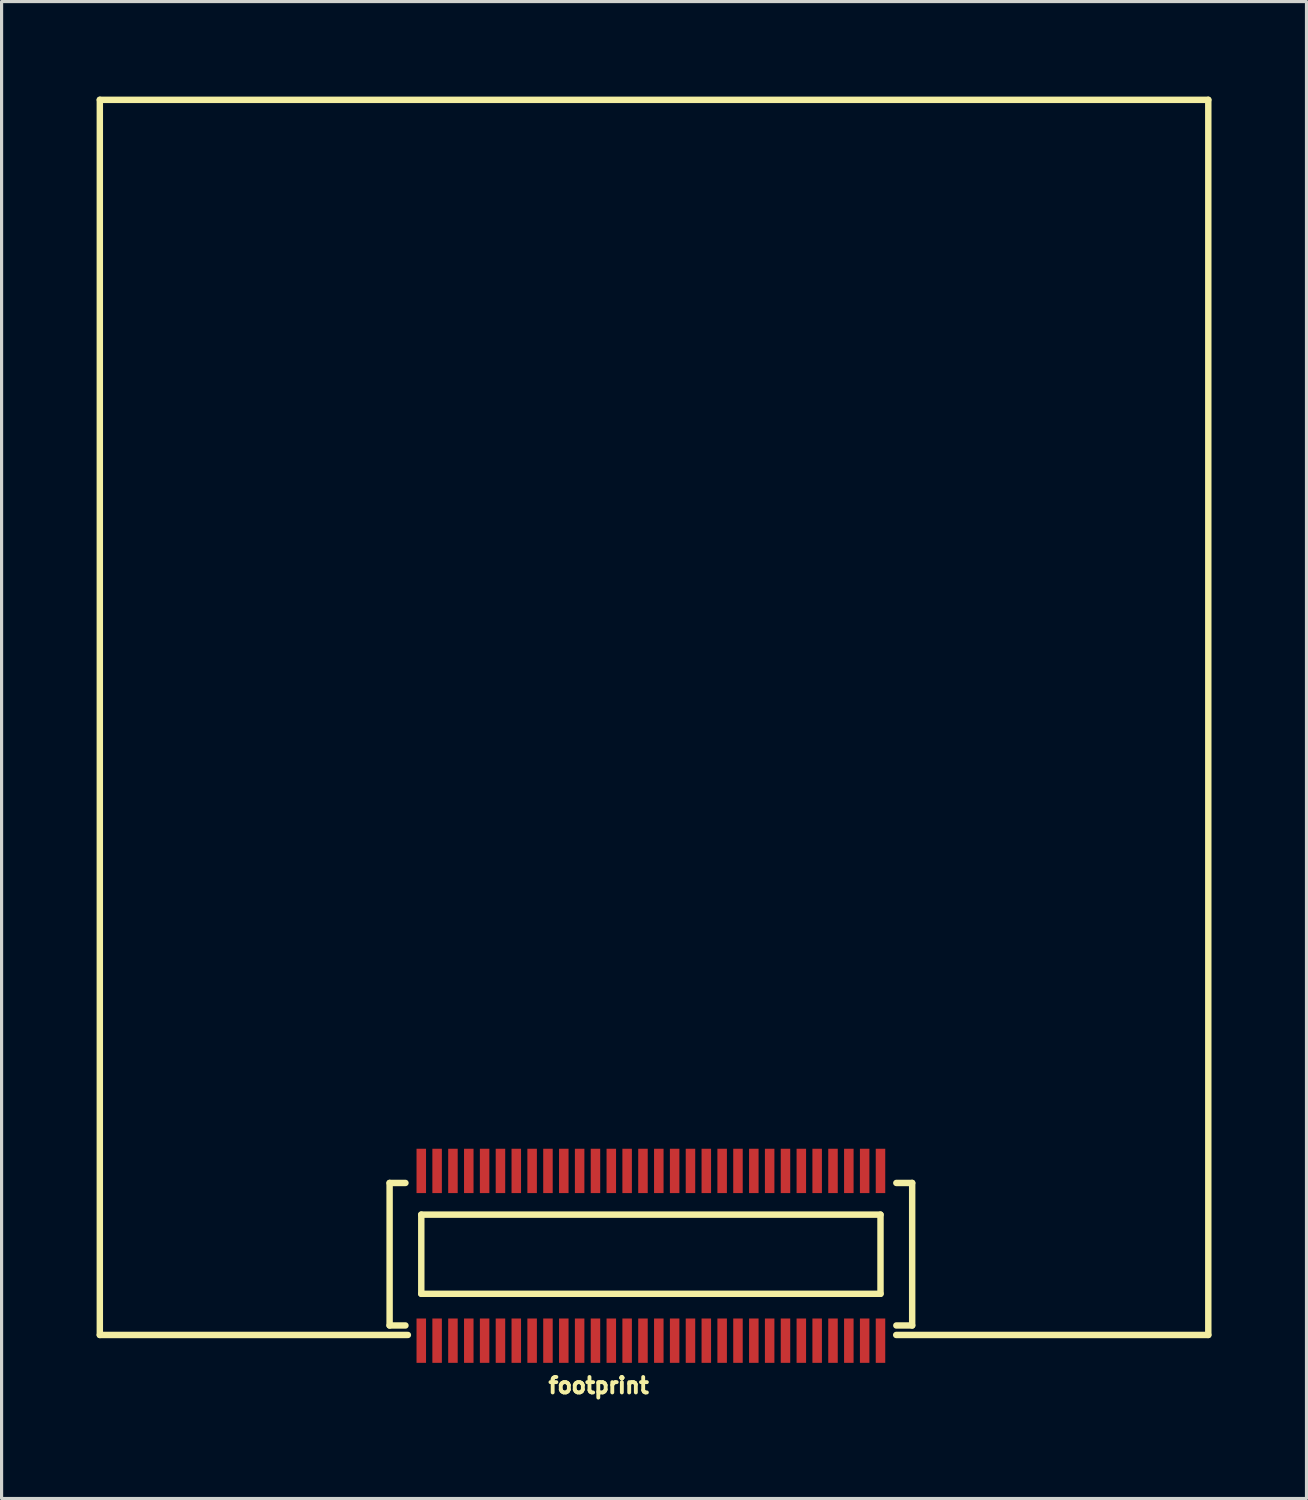
<source format=kicad_pcb>
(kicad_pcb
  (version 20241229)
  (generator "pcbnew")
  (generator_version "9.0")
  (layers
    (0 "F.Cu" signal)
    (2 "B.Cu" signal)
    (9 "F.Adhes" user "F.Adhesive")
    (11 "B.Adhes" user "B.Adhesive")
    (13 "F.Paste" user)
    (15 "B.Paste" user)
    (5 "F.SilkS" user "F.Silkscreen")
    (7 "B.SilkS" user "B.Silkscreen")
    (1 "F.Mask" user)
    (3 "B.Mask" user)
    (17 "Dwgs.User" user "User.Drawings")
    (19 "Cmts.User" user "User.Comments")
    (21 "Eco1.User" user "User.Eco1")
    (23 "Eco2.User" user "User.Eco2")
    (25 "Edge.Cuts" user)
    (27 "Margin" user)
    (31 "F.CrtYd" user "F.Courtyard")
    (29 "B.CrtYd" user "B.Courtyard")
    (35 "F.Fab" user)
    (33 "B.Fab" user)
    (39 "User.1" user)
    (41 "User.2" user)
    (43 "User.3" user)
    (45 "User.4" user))
  (footprint "footprint"
    (layer "F.Cu")
    (at 17.502 36.602)
    (property "Reference" "footprint" (at 0 3.81 0) (layer "F.SilkS") (effects (font (size 0.488 0.488) (thickness 0.122)) (justify right top)))
    (fp_line (start -17.4 -36.5) (end 17.6 -36.5) (stroke (width 0.203) (type solid)) (layer "F.SilkS"))
    (fp_line (start -17.4 2.5) (end -17.4 -36.5) (stroke (width 0.203) (type solid)) (layer "F.SilkS"))
    (fp_line (start -8.25 -2.3) (end -8.25 2.2) (stroke (width 0.203) (type solid)) (layer "F.SilkS"))
    (fp_line (start -8.25 2.2) (end -7.75 2.2) (stroke (width 0.203) (type solid)) (layer "F.SilkS"))
    (fp_line (start -7.75 -2.3) (end -8.25 -2.3) (stroke (width 0.203) (type solid)) (layer "F.SilkS"))
    (fp_line (start -7.673 2.5) (end -17.4 2.5) (stroke (width 0.203) (type solid)) (layer "F.SilkS"))
    (fp_line (start -7.25 -1.3) (end 7.25 -1.3) (stroke (width 0.203) (type solid)) (layer "F.SilkS"))
    (fp_line (start -7.25 1.2) (end -7.25 -1.3) (stroke (width 0.203) (type solid)) (layer "F.SilkS"))
    (fp_line (start 7.25 -1.3) (end 7.25 1.2) (stroke (width 0.203) (type solid)) (layer "F.SilkS"))
    (fp_line (start 7.25 1.2) (end -7.25 1.2) (stroke (width 0.203) (type solid)) (layer "F.SilkS"))
    (fp_line (start 7.75 -2.3) (end 8.25 -2.3) (stroke (width 0.203) (type solid)) (layer "F.SilkS"))
    (fp_line (start 8.25 -2.3) (end 8.25 2.2) (stroke (width 0.203) (type solid)) (layer "F.SilkS"))
    (fp_line (start 8.25 2.2) (end 7.75 2.2) (stroke (width 0.203) (type solid)) (layer "F.SilkS"))
    (fp_line (start 17.6 -36.5) (end 17.6 2.5) (stroke (width 0.203) (type solid)) (layer "F.SilkS"))
    (fp_line (start 17.6 2.5) (end 7.746 2.5) (stroke (width 0.203) (type solid)) (layer "F.SilkS"))
    (fp_poly (pts (xy -7.125 -3.23) (xy -7.375 -3.23) (xy -7.375 -2.03) (xy -7.125 -2.03)) (stroke (width 0) (type solid)) (fill yes) (layer "F.Paste"))
    (fp_poly (pts (xy -7.125 2.03) (xy -7.375 2.03) (xy -7.375 3.23) (xy -7.125 3.23)) (stroke (width 0) (type solid)) (fill yes) (layer "F.Paste"))
    (fp_poly (pts (xy -6.625 -3.23) (xy -6.875 -3.23) (xy -6.875 -2.03) (xy -6.625 -2.03)) (stroke (width 0) (type solid)) (fill yes) (layer "F.Paste"))
    (fp_poly (pts (xy -6.625 2.03) (xy -6.875 2.03) (xy -6.875 3.23) (xy -6.625 3.23)) (stroke (width 0) (type solid)) (fill yes) (layer "F.Paste"))
    (fp_poly (pts (xy -6.125 -3.23) (xy -6.375 -3.23) (xy -6.375 -2.03) (xy -6.125 -2.03)) (stroke (width 0) (type solid)) (fill yes) (layer "F.Paste"))
    (fp_poly (pts (xy -6.125 2.03) (xy -6.375 2.03) (xy -6.375 3.23) (xy -6.125 3.23)) (stroke (width 0) (type solid)) (fill yes) (layer "F.Paste"))
    (fp_poly (pts (xy -5.625 -3.23) (xy -5.875 -3.23) (xy -5.875 -2.03) (xy -5.625 -2.03)) (stroke (width 0) (type solid)) (fill yes) (layer "F.Paste"))
    (fp_poly (pts (xy -5.625 2.03) (xy -5.875 2.03) (xy -5.875 3.23) (xy -5.625 3.23)) (stroke (width 0) (type solid)) (fill yes) (layer "F.Paste"))
    (fp_poly (pts (xy -5.125 -3.23) (xy -5.375 -3.23) (xy -5.375 -2.03) (xy -5.125 -2.03)) (stroke (width 0) (type solid)) (fill yes) (layer "F.Paste"))
    (fp_poly (pts (xy -5.125 2.03) (xy -5.375 2.03) (xy -5.375 3.23) (xy -5.125 3.23)) (stroke (width 0) (type solid)) (fill yes) (layer "F.Paste"))
    (fp_poly (pts (xy -4.625 -3.23) (xy -4.875 -3.23) (xy -4.875 -2.03) (xy -4.625 -2.03)) (stroke (width 0) (type solid)) (fill yes) (layer "F.Paste"))
    (fp_poly (pts (xy -4.625 2.03) (xy -4.875 2.03) (xy -4.875 3.23) (xy -4.625 3.23)) (stroke (width 0) (type solid)) (fill yes) (layer "F.Paste"))
    (fp_poly (pts (xy -4.125 -3.23) (xy -4.375 -3.23) (xy -4.375 -2.03) (xy -4.125 -2.03)) (stroke (width 0) (type solid)) (fill yes) (layer "F.Paste"))
    (fp_poly (pts (xy -4.125 2.03) (xy -4.375 2.03) (xy -4.375 3.23) (xy -4.125 3.23)) (stroke (width 0) (type solid)) (fill yes) (layer "F.Paste"))
    (fp_poly (pts (xy -3.625 -3.23) (xy -3.875 -3.23) (xy -3.875 -2.03) (xy -3.625 -2.03)) (stroke (width 0) (type solid)) (fill yes) (layer "F.Paste"))
    (fp_poly (pts (xy -3.625 2.03) (xy -3.875 2.03) (xy -3.875 3.23) (xy -3.625 3.23)) (stroke (width 0) (type solid)) (fill yes) (layer "F.Paste"))
    (fp_poly (pts (xy -3.125 -3.23) (xy -3.375 -3.23) (xy -3.375 -2.03) (xy -3.125 -2.03)) (stroke (width 0) (type solid)) (fill yes) (layer "F.Paste"))
    (fp_poly (pts (xy -3.125 2.03) (xy -3.375 2.03) (xy -3.375 3.23) (xy -3.125 3.23)) (stroke (width 0) (type solid)) (fill yes) (layer "F.Paste"))
    (fp_poly (pts (xy -2.625 -3.23) (xy -2.875 -3.23) (xy -2.875 -2.03) (xy -2.625 -2.03)) (stroke (width 0) (type solid)) (fill yes) (layer "F.Paste"))
    (fp_poly (pts (xy -2.625 2.03) (xy -2.875 2.03) (xy -2.875 3.23) (xy -2.625 3.23)) (stroke (width 0) (type solid)) (fill yes) (layer "F.Paste"))
    (fp_poly (pts (xy -2.125 -3.23) (xy -2.375 -3.23) (xy -2.375 -2.03) (xy -2.125 -2.03)) (stroke (width 0) (type solid)) (fill yes) (layer "F.Paste"))
    (fp_poly (pts (xy -2.125 2.03) (xy -2.375 2.03) (xy -2.375 3.23) (xy -2.125 3.23)) (stroke (width 0) (type solid)) (fill yes) (layer "F.Paste"))
    (fp_poly (pts (xy -1.625 -3.23) (xy -1.875 -3.23) (xy -1.875 -2.03) (xy -1.625 -2.03)) (stroke (width 0) (type solid)) (fill yes) (layer "F.Paste"))
    (fp_poly (pts (xy -1.625 2.03) (xy -1.875 2.03) (xy -1.875 3.23) (xy -1.625 3.23)) (stroke (width 0) (type solid)) (fill yes) (layer "F.Paste"))
    (fp_poly (pts (xy -1.125 -3.23) (xy -1.375 -3.23) (xy -1.375 -2.03) (xy -1.125 -2.03)) (stroke (width 0) (type solid)) (fill yes) (layer "F.Paste"))
    (fp_poly (pts (xy -1.125 2.03) (xy -1.375 2.03) (xy -1.375 3.23) (xy -1.125 3.23)) (stroke (width 0) (type solid)) (fill yes) (layer "F.Paste"))
    (fp_poly (pts (xy -0.625 -3.23) (xy -0.875 -3.23) (xy -0.875 -2.03) (xy -0.625 -2.03)) (stroke (width 0) (type solid)) (fill yes) (layer "F.Paste"))
    (fp_poly (pts (xy -0.625 2.03) (xy -0.875 2.03) (xy -0.875 3.23) (xy -0.625 3.23)) (stroke (width 0) (type solid)) (fill yes) (layer "F.Paste"))
    (fp_poly (pts (xy -0.125 -3.23) (xy -0.375 -3.23) (xy -0.375 -2.03) (xy -0.125 -2.03)) (stroke (width 0) (type solid)) (fill yes) (layer "F.Paste"))
    (fp_poly (pts (xy -0.125 2.03) (xy -0.375 2.03) (xy -0.375 3.23) (xy -0.125 3.23)) (stroke (width 0) (type solid)) (fill yes) (layer "F.Paste"))
    (fp_poly (pts (xy 0.375 -3.23) (xy 0.125 -3.23) (xy 0.125 -2.03) (xy 0.375 -2.03)) (stroke (width 0) (type solid)) (fill yes) (layer "F.Paste"))
    (fp_poly (pts (xy 0.375 2.03) (xy 0.125 2.03) (xy 0.125 3.23) (xy 0.375 3.23)) (stroke (width 0) (type solid)) (fill yes) (layer "F.Paste"))
    (fp_poly (pts (xy 0.875 -3.23) (xy 0.625 -3.23) (xy 0.625 -2.03) (xy 0.875 -2.03)) (stroke (width 0) (type solid)) (fill yes) (layer "F.Paste"))
    (fp_poly (pts (xy 0.875 2.03) (xy 0.625 2.03) (xy 0.625 3.23) (xy 0.875 3.23)) (stroke (width 0) (type solid)) (fill yes) (layer "F.Paste"))
    (fp_poly (pts (xy 1.375 -3.23) (xy 1.125 -3.23) (xy 1.125 -2.03) (xy 1.375 -2.03)) (stroke (width 0) (type solid)) (fill yes) (layer "F.Paste"))
    (fp_poly (pts (xy 1.375 2.03) (xy 1.125 2.03) (xy 1.125 3.23) (xy 1.375 3.23)) (stroke (width 0) (type solid)) (fill yes) (layer "F.Paste"))
    (fp_poly (pts (xy 1.875 -3.23) (xy 1.625 -3.23) (xy 1.625 -2.03) (xy 1.875 -2.03)) (stroke (width 0) (type solid)) (fill yes) (layer "F.Paste"))
    (fp_poly (pts (xy 1.875 2.03) (xy 1.625 2.03) (xy 1.625 3.23) (xy 1.875 3.23)) (stroke (width 0) (type solid)) (fill yes) (layer "F.Paste"))
    (fp_poly (pts (xy 2.375 -3.23) (xy 2.125 -3.23) (xy 2.125 -2.03) (xy 2.375 -2.03)) (stroke (width 0) (type solid)) (fill yes) (layer "F.Paste"))
    (fp_poly (pts (xy 2.375 2.03) (xy 2.125 2.03) (xy 2.125 3.23) (xy 2.375 3.23)) (stroke (width 0) (type solid)) (fill yes) (layer "F.Paste"))
    (fp_poly (pts (xy 2.875 -3.23) (xy 2.625 -3.23) (xy 2.625 -2.03) (xy 2.875 -2.03)) (stroke (width 0) (type solid)) (fill yes) (layer "F.Paste"))
    (fp_poly (pts (xy 2.875 2.03) (xy 2.625 2.03) (xy 2.625 3.23) (xy 2.875 3.23)) (stroke (width 0) (type solid)) (fill yes) (layer "F.Paste"))
    (fp_poly (pts (xy 3.375 -3.23) (xy 3.125 -3.23) (xy 3.125 -2.03) (xy 3.375 -2.03)) (stroke (width 0) (type solid)) (fill yes) (layer "F.Paste"))
    (fp_poly (pts (xy 3.375 2.03) (xy 3.125 2.03) (xy 3.125 3.23) (xy 3.375 3.23)) (stroke (width 0) (type solid)) (fill yes) (layer "F.Paste"))
    (fp_poly (pts (xy 3.875 -3.23) (xy 3.625 -3.23) (xy 3.625 -2.03) (xy 3.875 -2.03)) (stroke (width 0) (type solid)) (fill yes) (layer "F.Paste"))
    (fp_poly (pts (xy 3.875 2.03) (xy 3.625 2.03) (xy 3.625 3.23) (xy 3.875 3.23)) (stroke (width 0) (type solid)) (fill yes) (layer "F.Paste"))
    (fp_poly (pts (xy 4.375 -3.23) (xy 4.125 -3.23) (xy 4.125 -2.03) (xy 4.375 -2.03)) (stroke (width 0) (type solid)) (fill yes) (layer "F.Paste"))
    (fp_poly (pts (xy 4.375 2.03) (xy 4.125 2.03) (xy 4.125 3.23) (xy 4.375 3.23)) (stroke (width 0) (type solid)) (fill yes) (layer "F.Paste"))
    (fp_poly (pts (xy 4.875 -3.23) (xy 4.625 -3.23) (xy 4.625 -2.03) (xy 4.875 -2.03)) (stroke (width 0) (type solid)) (fill yes) (layer "F.Paste"))
    (fp_poly (pts (xy 4.875 2.03) (xy 4.625 2.03) (xy 4.625 3.23) (xy 4.875 3.23)) (stroke (width 0) (type solid)) (fill yes) (layer "F.Paste"))
    (fp_poly (pts (xy 5.375 -3.23) (xy 5.125 -3.23) (xy 5.125 -2.03) (xy 5.375 -2.03)) (stroke (width 0) (type solid)) (fill yes) (layer "F.Paste"))
    (fp_poly (pts (xy 5.375 2.03) (xy 5.125 2.03) (xy 5.125 3.23) (xy 5.375 3.23)) (stroke (width 0) (type solid)) (fill yes) (layer "F.Paste"))
    (fp_poly (pts (xy 5.875 -3.23) (xy 5.625 -3.23) (xy 5.625 -2.03) (xy 5.875 -2.03)) (stroke (width 0) (type solid)) (fill yes) (layer "F.Paste"))
    (fp_poly (pts (xy 5.875 2.03) (xy 5.625 2.03) (xy 5.625 3.23) (xy 5.875 3.23)) (stroke (width 0) (type solid)) (fill yes) (layer "F.Paste"))
    (fp_poly (pts (xy 6.375 -3.23) (xy 6.125 -3.23) (xy 6.125 -2.03) (xy 6.375 -2.03)) (stroke (width 0) (type solid)) (fill yes) (layer "F.Paste"))
    (fp_poly (pts (xy 6.375 2.03) (xy 6.125 2.03) (xy 6.125 3.23) (xy 6.375 3.23)) (stroke (width 0) (type solid)) (fill yes) (layer "F.Paste"))
    (fp_poly (pts (xy 6.875 -3.23) (xy 6.625 -3.23) (xy 6.625 -2.03) (xy 6.875 -2.03)) (stroke (width 0) (type solid)) (fill yes) (layer "F.Paste"))
    (fp_poly (pts (xy 6.875 2.03) (xy 6.625 2.03) (xy 6.625 3.23) (xy 6.875 3.23)) (stroke (width 0) (type solid)) (fill yes) (layer "F.Paste"))
    (fp_poly (pts (xy 7.375 -3.23) (xy 7.125 -3.23) (xy 7.125 -2.03) (xy 7.375 -2.03)) (stroke (width 0) (type solid)) (fill yes) (layer "F.Paste"))
    (fp_poly (pts (xy 7.375 2.03) (xy 7.125 2.03) (xy 7.125 3.23) (xy 7.375 3.23)) (stroke (width 0) (type solid)) (fill yes) (layer "F.Paste"))
    (pad "1" smd rect (at 7.25 2.68 180) (size 0.3 1.4) (layers "F.Cu" "F.Mask"))
    (pad "2" smd rect (at 7.25 -2.68 180) (size 0.3 1.4) (layers "F.Cu" "F.Mask"))
    (pad "3" smd rect (at 6.75 2.68 180) (size 0.3 1.4) (layers "F.Cu" "F.Mask"))
    (pad "4" smd rect (at 6.75 -2.68 180) (size 0.3 1.4) (layers "F.Cu" "F.Mask"))
    (pad "5" smd rect (at 6.25 2.68 180) (size 0.3 1.4) (layers "F.Cu" "F.Mask"))
    (pad "6" smd rect (at 6.25 -2.68 180) (size 0.3 1.4) (layers "F.Cu" "F.Mask"))
    (pad "7" smd rect (at 5.75 2.68 180) (size 0.3 1.4) (layers "F.Cu" "F.Mask"))
    (pad "8" smd rect (at 5.75 -2.68 180) (size 0.3 1.4) (layers "F.Cu" "F.Mask"))
    (pad "9" smd rect (at 5.25 2.68 180) (size 0.3 1.4) (layers "F.Cu" "F.Mask"))
    (pad "10" smd rect (at 5.25 -2.68 180) (size 0.3 1.4) (layers "F.Cu" "F.Mask"))
    (pad "11" smd rect (at 4.75 2.68 180) (size 0.3 1.4) (layers "F.Cu" "F.Mask"))
    (pad "12" smd rect (at 4.75 -2.68 180) (size 0.3 1.4) (layers "F.Cu" "F.Mask"))
    (pad "13" smd rect (at 4.25 2.68 180) (size 0.3 1.4) (layers "F.Cu" "F.Mask"))
    (pad "14" smd rect (at 4.25 -2.68 180) (size 0.3 1.4) (layers "F.Cu" "F.Mask"))
    (pad "15" smd rect (at 3.75 2.68 180) (size 0.3 1.4) (layers "F.Cu" "F.Mask"))
    (pad "16" smd rect (at 3.75 -2.68 180) (size 0.3 1.4) (layers "F.Cu" "F.Mask"))
    (pad "17" smd rect (at 3.25 2.68 180) (size 0.3 1.4) (layers "F.Cu" "F.Mask"))
    (pad "18" smd rect (at 3.25 -2.68 180) (size 0.3 1.4) (layers "F.Cu" "F.Mask"))
    (pad "19" smd rect (at 2.75 2.68 180) (size 0.3 1.4) (layers "F.Cu" "F.Mask"))
    (pad "20" smd rect (at 2.75 -2.68 180) (size 0.3 1.4) (layers "F.Cu" "F.Mask"))
    (pad "21" smd rect (at 2.25 2.68 180) (size 0.3 1.4) (layers "F.Cu" "F.Mask"))
    (pad "22" smd rect (at 2.25 -2.68 180) (size 0.3 1.4) (layers "F.Cu" "F.Mask"))
    (pad "23" smd rect (at 1.75 2.68 180) (size 0.3 1.4) (layers "F.Cu" "F.Mask"))
    (pad "24" smd rect (at 1.75 -2.68 180) (size 0.3 1.4) (layers "F.Cu" "F.Mask"))
    (pad "25" smd rect (at 1.25 2.68 180) (size 0.3 1.4) (layers "F.Cu" "F.Mask"))
    (pad "26" smd rect (at 1.25 -2.68 180) (size 0.3 1.4) (layers "F.Cu" "F.Mask"))
    (pad "27" smd rect (at 0.75 2.68 180) (size 0.3 1.4) (layers "F.Cu" "F.Mask"))
    (pad "28" smd rect (at 0.75 -2.68 180) (size 0.3 1.4) (layers "F.Cu" "F.Mask"))
    (pad "29" smd rect (at 0.25 2.68 180) (size 0.3 1.4) (layers "F.Cu" "F.Mask"))
    (pad "30" smd rect (at 0.25 -2.68 180) (size 0.3 1.4) (layers "F.Cu" "F.Mask"))
    (pad "31" smd rect (at -0.25 2.68 180) (size 0.3 1.4) (layers "F.Cu" "F.Mask"))
    (pad "32" smd rect (at -0.25 -2.68 180) (size 0.3 1.4) (layers "F.Cu" "F.Mask"))
    (pad "33" smd rect (at -0.75 2.68 180) (size 0.3 1.4) (layers "F.Cu" "F.Mask"))
    (pad "34" smd rect (at -0.75 -2.68 180) (size 0.3 1.4) (layers "F.Cu" "F.Mask"))
    (pad "35" smd rect (at -1.25 2.68 180) (size 0.3 1.4) (layers "F.Cu" "F.Mask"))
    (pad "36" smd rect (at -1.25 -2.68 180) (size 0.3 1.4) (layers "F.Cu" "F.Mask"))
    (pad "37" smd rect (at -1.75 2.68 180) (size 0.3 1.4) (layers "F.Cu" "F.Mask"))
    (pad "38" smd rect (at -1.75 -2.68 180) (size 0.3 1.4) (layers "F.Cu" "F.Mask"))
    (pad "39" smd rect (at -2.25 2.68 180) (size 0.3 1.4) (layers "F.Cu" "F.Mask"))
    (pad "40" smd rect (at -2.25 -2.68 180) (size 0.3 1.4) (layers "F.Cu" "F.Mask"))
    (pad "41" smd rect (at -2.75 2.68 180) (size 0.3 1.4) (layers "F.Cu" "F.Mask"))
    (pad "42" smd rect (at -2.75 -2.68 180) (size 0.3 1.4) (layers "F.Cu" "F.Mask"))
    (pad "43" smd rect (at -3.25 2.68 180) (size 0.3 1.4) (layers "F.Cu" "F.Mask"))
    (pad "44" smd rect (at -3.25 -2.68 180) (size 0.3 1.4) (layers "F.Cu" "F.Mask"))
    (pad "45" smd rect (at -3.75 2.68 180) (size 0.3 1.4) (layers "F.Cu" "F.Mask"))
    (pad "46" smd rect (at -3.75 -2.68 180) (size 0.3 1.4) (layers "F.Cu" "F.Mask"))
    (pad "47" smd rect (at -4.25 2.68 180) (size 0.3 1.4) (layers "F.Cu" "F.Mask"))
    (pad "48" smd rect (at -4.25 -2.68 180) (size 0.3 1.4) (layers "F.Cu" "F.Mask"))
    (pad "49" smd rect (at -4.75 2.68 180) (size 0.3 1.4) (layers "F.Cu" "F.Mask"))
    (pad "50" smd rect (at -4.75 -2.68 180) (size 0.3 1.4) (layers "F.Cu" "F.Mask"))
    (pad "51" smd rect (at -5.25 2.68 180) (size 0.3 1.4) (layers "F.Cu" "F.Mask"))
    (pad "52" smd rect (at -5.25 -2.68 180) (size 0.3 1.4) (layers "F.Cu" "F.Mask"))
    (pad "53" smd rect (at -5.75 2.68 180) (size 0.3 1.4) (layers "F.Cu" "F.Mask"))
    (pad "54" smd rect (at -5.75 -2.68 180) (size 0.3 1.4) (layers "F.Cu" "F.Mask"))
    (pad "55" smd rect (at -6.25 2.68 180) (size 0.3 1.4) (layers "F.Cu" "F.Mask"))
    (pad "56" smd rect (at -6.25 -2.68 180) (size 0.3 1.4) (layers "F.Cu" "F.Mask"))
    (pad "57" smd rect (at -6.75 2.68 180) (size 0.3 1.4) (layers "F.Cu" "F.Mask"))
    (pad "58" smd rect (at -6.75 -2.68 180) (size 0.3 1.4) (layers "F.Cu" "F.Mask"))
    (pad "59" smd rect (at -7.25 2.68 180) (size 0.3 1.4) (layers "F.Cu" "F.Mask"))
    (pad "60" smd rect (at -7.25 -2.68 180) (size 0.3 1.4) (layers "F.Cu" "F.Mask"))
    (zone (net_name "") (layer "F.Cu") (hatch edge 0.508) (connect_pads) (min_thickness 0.254) (filled_areas_thickness no) (keepout (tracks not_allowed) (vias not_allowed) (pads not_allowed) (copperpour not_allowed) (footprints allowed)) (placement (enabled no)) (fill) (polygon (pts (xy 21.543 38.583) (xy 21.543 39.97) (xy 21.464 39.97) (xy 21.464 38.583))))
    (zone (net_name "") (layer "F.Cu") (hatch edge 0.508) (connect_pads) (min_thickness 0.254) (filled_areas_thickness no) (keepout (tracks not_allowed) (vias not_allowed) (pads not_allowed) (copperpour not_allowed) (footprints allowed)) (placement (enabled no)) (fill) (polygon (pts (xy 22.455 38.583) (xy 22.455 40.009) (xy 22.534 40.009) (xy 22.534 38.583))))
    (zone (net_name "") (layer "F.Cu") (hatch edge 0.508) (connect_pads) (min_thickness 0.254) (filled_areas_thickness no) (keepout (tracks not_allowed) (vias not_allowed) (pads not_allowed) (copperpour not_allowed) (footprints allowed)) (placement (enabled no)) (fill) (polygon (pts (xy 20.949 38.583) (xy 21.068 38.583) (xy 21.068 39.97) (xy 20.949 39.97) (xy 20.949 38.622))))
    (zone (net_name "") (layer "F.Cu") (hatch edge 0.508) (connect_pads) (min_thickness 0.254) (filled_areas_thickness no) (keepout (tracks not_allowed) (vias not_allowed) (pads not_allowed) (copperpour not_allowed) (footprints allowed)) (placement (enabled no)) (fill) (polygon (pts (xy 21.939 38.583) (xy 22.058 38.583) (xy 22.058 38.622) (xy 22.058 39.97) (xy 21.939 39.97)))))
  (gr_rect
    (start -3 -3)
    (end 38.203 44.265)
    (stroke (width 0.1) (type default))
    (fill no)
    (layer "Edge.Cuts")))
</source>
